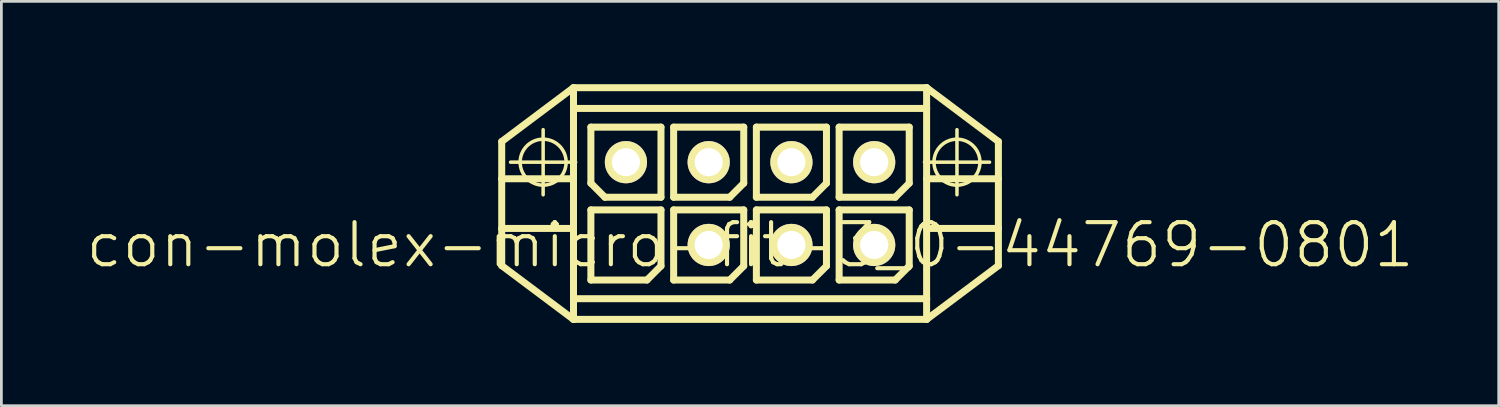
<source format=kicad_pcb>
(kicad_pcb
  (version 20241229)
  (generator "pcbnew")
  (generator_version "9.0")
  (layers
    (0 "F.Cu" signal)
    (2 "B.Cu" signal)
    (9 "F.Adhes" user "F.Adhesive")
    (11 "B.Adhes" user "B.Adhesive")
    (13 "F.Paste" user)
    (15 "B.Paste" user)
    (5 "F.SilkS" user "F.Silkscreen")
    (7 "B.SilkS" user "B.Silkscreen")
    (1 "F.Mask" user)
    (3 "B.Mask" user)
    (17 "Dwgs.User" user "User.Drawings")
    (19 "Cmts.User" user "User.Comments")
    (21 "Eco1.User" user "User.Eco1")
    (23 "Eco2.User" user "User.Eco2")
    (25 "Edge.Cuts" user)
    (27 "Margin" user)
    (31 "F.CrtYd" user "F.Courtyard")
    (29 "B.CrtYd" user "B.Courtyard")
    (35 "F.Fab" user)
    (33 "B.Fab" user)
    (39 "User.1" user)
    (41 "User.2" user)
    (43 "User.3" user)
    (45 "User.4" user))
  (footprint "con-molex-micro-fit-3_0-44769-0801"
    (layer "F.Cu")
    (at 24.13 5.827)
    (property "Reference" "con-molex-micro-fit-3_0-44769-0801" (at 0 0 0) (layer "F.SilkS") (effects (font (size 1.524 1.524) (thickness 0.15))))
    (attr exclude_from_pos_files exclude_from_bom)
    (fp_line (start -8.999 -3.749) (end -6.398 -5.7) (stroke (width 0.254) (type solid)) (layer "F.SilkS"))
    (fp_line (start -8.999 -2.398) (end -8.999 -3.749) (stroke (width 0.254) (type solid)) (layer "F.SilkS"))
    (fp_line (start -8.999 -2.398) (end -6.398 -2.398) (stroke (width 0.254) (type solid)) (layer "F.SilkS"))
    (fp_line (start -8.999 -0.599) (end -8.999 -2.398) (stroke (width 0.254) (type solid)) (layer "F.SilkS"))
    (fp_line (start -8.999 -0.599) (end -6.398 -0.599) (stroke (width 0.254) (type solid)) (layer "F.SilkS"))
    (fp_line (start -8.999 0.749) (end -8.999 -0.599) (stroke (width 0.254) (type solid)) (layer "F.SilkS"))
    (fp_line (start -8.679 -3) (end -6.32 -3) (stroke (width 0.127) (type solid)) (layer "F.SilkS"))
    (fp_line (start -7.498 -1.819) (end -7.498 -4.178) (stroke (width 0.127) (type solid)) (layer "F.SilkS"))
    (fp_line (start -6.398 -5.7) (end -6.398 -4.948) (stroke (width 0.254) (type solid)) (layer "F.SilkS"))
    (fp_line (start -6.398 -5.7) (end 6.398 -5.7) (stroke (width 0.254) (type solid)) (layer "F.SilkS"))
    (fp_line (start -6.398 -4.948) (end 6.398 -4.948) (stroke (width 0.254) (type solid)) (layer "F.SilkS"))
    (fp_line (start -6.398 -2.398) (end -6.398 -4.948) (stroke (width 0.254) (type solid)) (layer "F.SilkS"))
    (fp_line (start -6.398 -0.599) (end -6.398 -2.398) (stroke (width 0.254) (type solid)) (layer "F.SilkS"))
    (fp_line (start -6.398 -0.599) (end -6.398 1.948) (stroke (width 0.254) (type solid)) (layer "F.SilkS"))
    (fp_line (start -6.398 1.948) (end -6.398 2.697) (stroke (width 0.254) (type solid)) (layer "F.SilkS"))
    (fp_line (start -6.398 1.948) (end 6.398 1.948) (stroke (width 0.254) (type solid)) (layer "F.SilkS"))
    (fp_line (start -6.398 2.697) (end -8.999 0.749) (stroke (width 0.254) (type solid)) (layer "F.SilkS"))
    (fp_line (start -5.768 -4.27) (end -5.768 -2.238) (stroke (width 0.254) (type solid)) (layer "F.SilkS"))
    (fp_line (start -5.768 -2.238) (end -5.26 -1.73) (stroke (width 0.254) (type solid)) (layer "F.SilkS"))
    (fp_line (start -5.768 -1.27) (end -3.228 -1.27) (stroke (width 0.254) (type solid)) (layer "F.SilkS"))
    (fp_line (start -5.768 1.27) (end -5.768 -1.27) (stroke (width 0.254) (type solid)) (layer "F.SilkS"))
    (fp_line (start -5.26 -1.73) (end -3.228 -1.73) (stroke (width 0.254) (type solid)) (layer "F.SilkS"))
    (fp_line (start -3.736 1.27) (end -5.768 1.27) (stroke (width 0.254) (type solid)) (layer "F.SilkS"))
    (fp_line (start -3.228 -4.27) (end -5.768 -4.27) (stroke (width 0.254) (type solid)) (layer "F.SilkS"))
    (fp_line (start -3.228 -1.73) (end -3.228 -4.27) (stroke (width 0.254) (type solid)) (layer "F.SilkS"))
    (fp_line (start -3.228 -1.27) (end -3.228 0.762) (stroke (width 0.254) (type solid)) (layer "F.SilkS"))
    (fp_line (start -3.228 0.762) (end -3.736 1.27) (stroke (width 0.254) (type solid)) (layer "F.SilkS"))
    (fp_line (start -2.769 -4.27) (end -0.229 -4.27) (stroke (width 0.254) (type solid)) (layer "F.SilkS"))
    (fp_line (start -2.769 -1.73) (end -2.769 -4.27) (stroke (width 0.254) (type solid)) (layer "F.SilkS"))
    (fp_line (start -2.769 -1.27) (end -0.229 -1.27) (stroke (width 0.254) (type solid)) (layer "F.SilkS"))
    (fp_line (start -2.769 1.27) (end -2.769 -1.27) (stroke (width 0.254) (type solid)) (layer "F.SilkS"))
    (fp_line (start -0.737 -1.73) (end -2.769 -1.73) (stroke (width 0.254) (type solid)) (layer "F.SilkS"))
    (fp_line (start -0.737 1.27) (end -2.769 1.27) (stroke (width 0.254) (type solid)) (layer "F.SilkS"))
    (fp_line (start -0.229 -4.27) (end -0.229 -2.238) (stroke (width 0.254) (type solid)) (layer "F.SilkS"))
    (fp_line (start -0.229 -2.238) (end -0.737 -1.73) (stroke (width 0.254) (type solid)) (layer "F.SilkS"))
    (fp_line (start -0.229 -1.27) (end -0.229 0.762) (stroke (width 0.254) (type solid)) (layer "F.SilkS"))
    (fp_line (start -0.229 0.762) (end -0.737 1.27) (stroke (width 0.254) (type solid)) (layer "F.SilkS"))
    (fp_line (start 0.229 -4.27) (end 2.769 -4.27) (stroke (width 0.254) (type solid)) (layer "F.SilkS"))
    (fp_line (start 0.229 -1.73) (end 0.229 -4.27) (stroke (width 0.254) (type solid)) (layer "F.SilkS"))
    (fp_line (start 0.229 -1.27) (end 2.769 -1.27) (stroke (width 0.254) (type solid)) (layer "F.SilkS"))
    (fp_line (start 0.229 1.27) (end 0.229 -1.27) (stroke (width 0.254) (type solid)) (layer "F.SilkS"))
    (fp_line (start 2.261 -1.73) (end 0.229 -1.73) (stroke (width 0.254) (type solid)) (layer "F.SilkS"))
    (fp_line (start 2.261 1.27) (end 0.229 1.27) (stroke (width 0.254) (type solid)) (layer "F.SilkS"))
    (fp_line (start 2.769 -4.27) (end 2.769 -2.238) (stroke (width 0.254) (type solid)) (layer "F.SilkS"))
    (fp_line (start 2.769 -2.238) (end 2.261 -1.73) (stroke (width 0.254) (type solid)) (layer "F.SilkS"))
    (fp_line (start 2.769 -1.27) (end 2.769 0.762) (stroke (width 0.254) (type solid)) (layer "F.SilkS"))
    (fp_line (start 2.769 0.762) (end 2.261 1.27) (stroke (width 0.254) (type solid)) (layer "F.SilkS"))
    (fp_line (start 3.228 -4.27) (end 5.768 -4.27) (stroke (width 0.254) (type solid)) (layer "F.SilkS"))
    (fp_line (start 3.228 -1.73) (end 3.228 -4.27) (stroke (width 0.254) (type solid)) (layer "F.SilkS"))
    (fp_line (start 3.228 -1.27) (end 5.768 -1.27) (stroke (width 0.254) (type solid)) (layer "F.SilkS"))
    (fp_line (start 3.228 1.27) (end 3.228 -1.27) (stroke (width 0.254) (type solid)) (layer "F.SilkS"))
    (fp_line (start 5.26 -1.73) (end 3.228 -1.73) (stroke (width 0.254) (type solid)) (layer "F.SilkS"))
    (fp_line (start 5.26 1.27) (end 3.228 1.27) (stroke (width 0.254) (type solid)) (layer "F.SilkS"))
    (fp_line (start 5.768 -4.27) (end 5.768 -2.238) (stroke (width 0.254) (type solid)) (layer "F.SilkS"))
    (fp_line (start 5.768 -2.238) (end 5.26 -1.73) (stroke (width 0.254) (type solid)) (layer "F.SilkS"))
    (fp_line (start 5.768 -1.27) (end 5.768 0.762) (stroke (width 0.254) (type solid)) (layer "F.SilkS"))
    (fp_line (start 5.768 0.762) (end 5.26 1.27) (stroke (width 0.254) (type solid)) (layer "F.SilkS"))
    (fp_line (start 6.32 -3) (end 8.679 -3) (stroke (width 0.127) (type solid)) (layer "F.SilkS"))
    (fp_line (start 6.398 -5.7) (end 6.398 -4.948) (stroke (width 0.254) (type solid)) (layer "F.SilkS"))
    (fp_line (start 6.398 -5.7) (end 8.999 -3.749) (stroke (width 0.254) (type solid)) (layer "F.SilkS"))
    (fp_line (start 6.398 -4.948) (end 6.398 -2.398) (stroke (width 0.254) (type solid)) (layer "F.SilkS"))
    (fp_line (start 6.398 -2.398) (end 6.398 -0.599) (stroke (width 0.254) (type solid)) (layer "F.SilkS"))
    (fp_line (start 6.398 -2.398) (end 8.999 -2.398) (stroke (width 0.254) (type solid)) (layer "F.SilkS"))
    (fp_line (start 6.398 -0.599) (end 6.398 1.948) (stroke (width 0.254) (type solid)) (layer "F.SilkS"))
    (fp_line (start 6.398 -0.599) (end 8.999 -0.599) (stroke (width 0.254) (type solid)) (layer "F.SilkS"))
    (fp_line (start 6.398 1.948) (end 6.398 2.697) (stroke (width 0.254) (type solid)) (layer "F.SilkS"))
    (fp_line (start 6.398 2.697) (end -6.398 2.697) (stroke (width 0.254) (type solid)) (layer "F.SilkS"))
    (fp_line (start 7.498 -1.819) (end 7.498 -4.178) (stroke (width 0.127) (type solid)) (layer "F.SilkS"))
    (fp_line (start 8.999 -3.749) (end 8.999 -2.398) (stroke (width 0.254) (type solid)) (layer "F.SilkS"))
    (fp_line (start 8.999 -2.398) (end 8.999 -0.599) (stroke (width 0.254) (type solid)) (layer "F.SilkS"))
    (fp_line (start 8.999 -0.599) (end 8.999 0.749) (stroke (width 0.254) (type solid)) (layer "F.SilkS"))
    (fp_line (start 8.999 0.749) (end 6.398 2.697) (stroke (width 0.254) (type solid)) (layer "F.SilkS"))
    (fp_circle (center -7.498 -3) (end -8.087 -3.589) (stroke (width 0.127) (type solid)) (fill no) (layer "F.SilkS"))
    (fp_circle (center 7.498 -3) (end 8.087 -3.589) (stroke (width 0.127) (type solid)) (fill no) (layer "F.SilkS"))
    (pad "P$1" thru_hole rect (at -4.498 0) (size 0.001 0.001) (drill 1.019) (layers "*.Cu" "F.Mask" "F.SilkS" "F.Paste"))
    (pad "P$2" thru_hole circle (at -1.499 0) (size 1.529 1.529) (drill 1.019) (layers "*.Cu" "F.Mask" "F.SilkS" "F.Paste"))
    (pad "P$3" thru_hole circle (at 1.499 0) (size 1.529 1.529) (drill 1.019) (layers "*.Cu" "F.Mask" "F.SilkS" "F.Paste"))
    (pad "P$4" thru_hole circle (at 4.498 0) (size 1.529 1.529) (drill 1.019) (layers "*.Cu" "F.Mask" "F.SilkS" "F.Paste"))
    (pad "P$5" thru_hole circle (at -4.498 -3) (size 1.529 1.529) (drill 1.019) (layers "*.Cu" "F.Mask" "F.SilkS" "F.Paste"))
    (pad "P$6" thru_hole circle (at -1.499 -3) (size 1.529 1.529) (drill 1.019) (layers "*.Cu" "F.Mask" "F.SilkS" "F.Paste"))
    (pad "P$7" thru_hole circle (at 1.499 -3) (size 1.529 1.529) (drill 1.019) (layers "*.Cu" "F.Mask" "F.SilkS" "F.Paste"))
    (pad "P$8" thru_hole circle (at 4.498 -3) (size 1.529 1.529) (drill 1.019) (layers "*.Cu" "F.Mask" "F.SilkS" "F.Paste")))
  (gr_rect
    (start -3 -3)
    (end 51.26 11.651)
    (stroke (width 0.1) (type default))
    (fill no)
    (layer "Edge.Cuts")))
</source>
